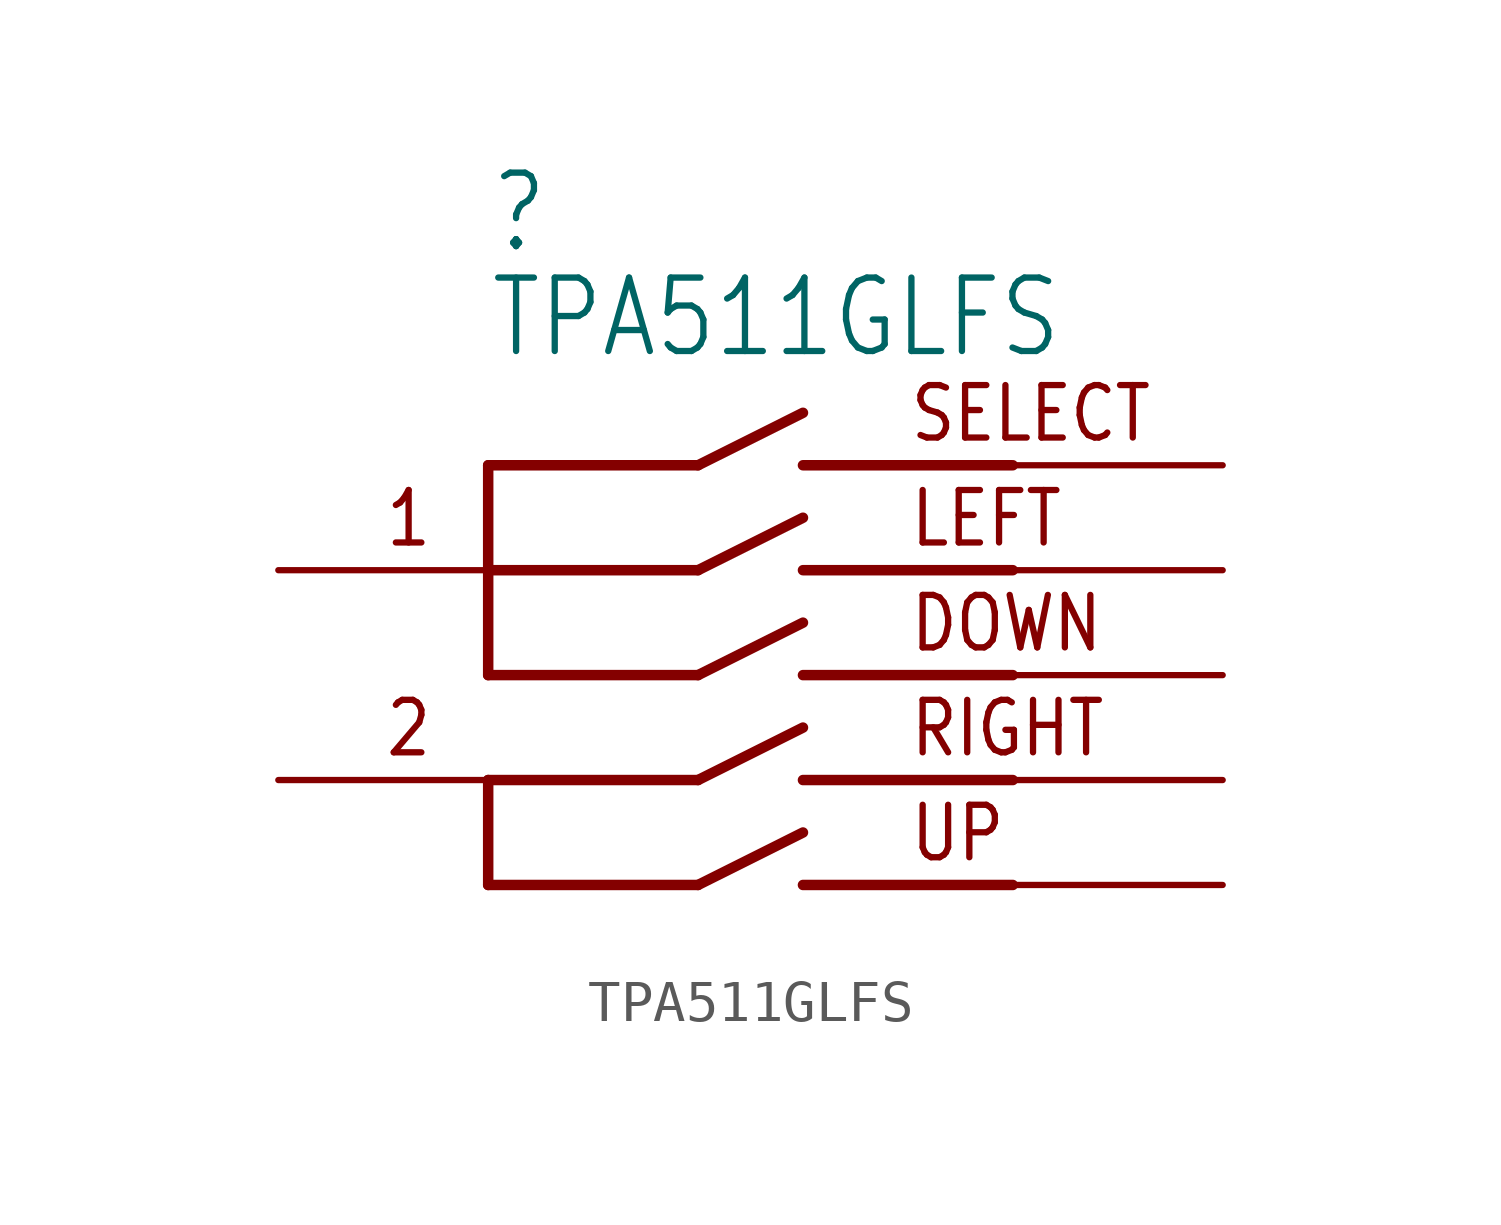
<source format=kicad_sym>
(kicad_symbol_lib
  (version 20211014)
  (generator kicad_symbol_editor)
  (symbol "TPA511GLFS"
    (property "Reference" ""
      (at -5.08 10.16 0)
      (effects (font (size 1.778 1.511)) (justify left bottom)))
    (property "Value" "TPA511GLFS"
      (at -5.08 7.62 0)
      (effects (font (size 1.778 1.511)) (justify left bottom)))
    (property "ki_locked" ""
      (at 0 0 0)
      (effects (font (size 1.27 1.27))))
    (symbol "TPA511GLFS_1_0"
      (polyline (pts (xy -5.08 -5.08) (xy 0 -5.08)) (stroke (width 0.254) (type default) (color 0 0 0 0)) (fill (type none)))
      (polyline (pts (xy -5.08 -2.54) (xy -5.08 -5.08)) (stroke (width 0.254) (type default) (color 0 0 0 0)) (fill (type none)))
      (polyline (pts (xy -5.08 -2.54) (xy 0 -2.54)) (stroke (width 0.254) (type default) (color 0 0 0 0)) (fill (type none)))
      (polyline (pts (xy -5.08 0) (xy 0 0)) (stroke (width 0.254) (type default) (color 0 0 0 0)) (fill (type none)))
      (polyline (pts (xy -5.08 2.54) (xy -5.08 0)) (stroke (width 0.254) (type default) (color 0 0 0 0)) (fill (type none)))
      (polyline (pts (xy -5.08 2.54) (xy 0 2.54)) (stroke (width 0.254) (type default) (color 0 0 0 0)) (fill (type none)))
      (polyline (pts (xy -5.08 5.08) (xy -5.08 2.54)) (stroke (width 0.254) (type default) (color 0 0 0 0)) (fill (type none)))
      (polyline (pts (xy -5.08 5.08) (xy 0 5.08)) (stroke (width 0.254) (type default) (color 0 0 0 0)) (fill (type none)))
      (polyline (pts (xy 0 -5.08) (xy 2.54 -3.81)) (stroke (width 0.254) (type default) (color 0 0 0 0)) (fill (type none)))
      (polyline (pts (xy 0 -2.54) (xy 2.54 -1.27)) (stroke (width 0.254) (type default) (color 0 0 0 0)) (fill (type none)))
      (polyline (pts (xy 0 0) (xy 2.54 1.27)) (stroke (width 0.254) (type default) (color 0 0 0 0)) (fill (type none)))
      (polyline (pts (xy 0 2.54) (xy 2.54 3.81)) (stroke (width 0.254) (type default) (color 0 0 0 0)) (fill (type none)))
      (polyline (pts (xy 0 5.08) (xy 2.54 6.35)) (stroke (width 0.254) (type default) (color 0 0 0 0)) (fill (type none)))
      (polyline (pts (xy 7.62 -5.08) (xy 2.54 -5.08)) (stroke (width 0.254) (type default) (color 0 0 0 0)) (fill (type none)))
      (polyline (pts (xy 7.62 -2.54) (xy 2.54 -2.54)) (stroke (width 0.254) (type default) (color 0 0 0 0)) (fill (type none)))
      (polyline (pts (xy 7.62 0) (xy 2.54 0)) (stroke (width 0.254) (type default) (color 0 0 0 0)) (fill (type none)))
      (polyline (pts (xy 7.62 2.54) (xy 2.54 2.54)) (stroke (width 0.254) (type default) (color 0 0 0 0)) (fill (type none)))
      (polyline (pts (xy 7.62 5.08) (xy 2.54 5.08)) (stroke (width 0.254) (type default) (color 0 0 0 0)) (fill (type none)))
      (text "1" (at -7.62 3.048 0) (effects (font (size 1.27 1.079)) (justify left bottom)))
      (text "2" (at -7.62 -2.032 0) (effects (font (size 1.27 1.079)) (justify left bottom)))
      (text "DOWN" (at 5.08 0.508 0) (effects (font (size 1.27 1.079)) (justify left bottom)))
      (text "LEFT" (at 5.08 3.048 0) (effects (font (size 1.27 1.079)) (justify left bottom)))
      (text "RIGHT" (at 5.08 -2.032 0) (effects (font (size 1.27 1.079)) (justify left bottom)))
      (text "SELECT" (at 5.08 5.588 0) (effects (font (size 1.27 1.079)) (justify left bottom)))
      (text "UP" (at 5.08 -4.572 0) (effects (font (size 1.27 1.079)) (justify left bottom)))
      (pin bidirectional line (at -10.16 2.54 0) (length 5.08) (name "1" (effects (font (size 0 0)))) (number "1" (effects (font (size 0 0)))))
      (pin bidirectional line (at -10.16 -2.54 0) (length 5.08) (name "2" (effects (font (size 0 0)))) (number "2" (effects (font (size 0 0)))))
      (pin bidirectional line (at 12.7 -5.08 180) (length 5.08) (name "UP" (effects (font (size 0 0)))) (number "3" (effects (font (size 0 0)))))
      (pin bidirectional line (at 12.7 0 180) (length 5.08) (name "DOWN" (effects (font (size 0 0)))) (number "4" (effects (font (size 0 0)))))
      (pin bidirectional line (at 12.7 5.08 180) (length 5.08) (name "SELECT" (effects (font (size 0 0)))) (number "5" (effects (font (size 0 0)))))
      (pin bidirectional line (at 12.7 -2.54 180) (length 5.08) (name "RIGHT" (effects (font (size 0 0)))) (number "6" (effects (font (size 0 0)))))
      (pin bidirectional line (at 12.7 2.54 180) (length 5.08) (name "LEFT" (effects (font (size 0 0)))) (number "7" (effects (font (size 0 0))))))))
</source>
